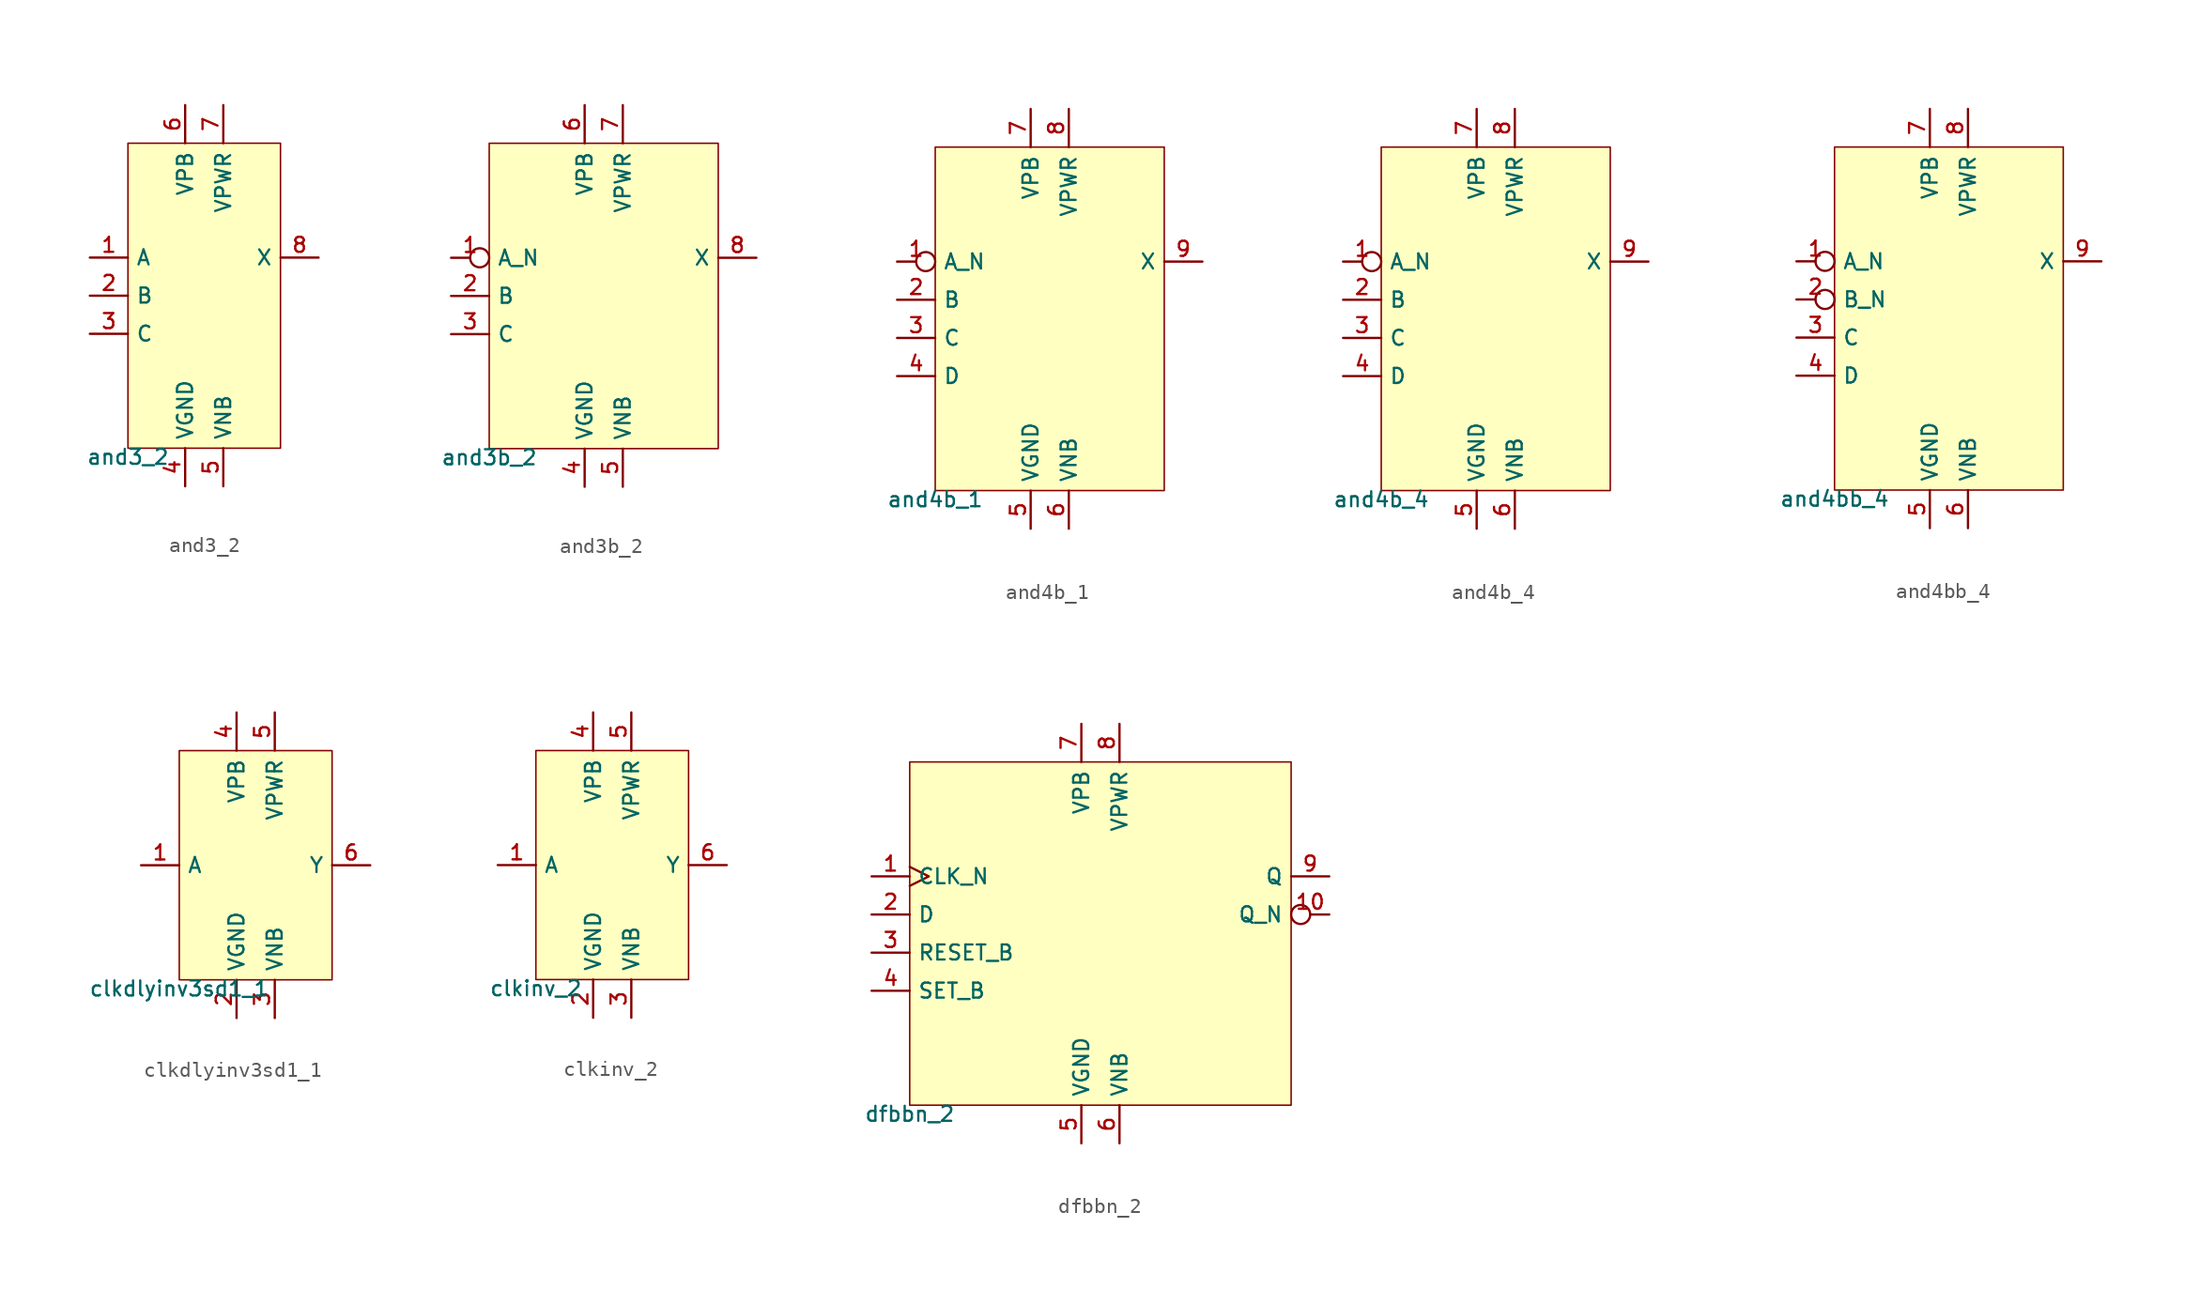
<source format=kicad_sym>
(kicad_symbol_lib
  (version 20211014)
  (generator pdk2kicad)
  (symbol "and3_2"
    (property "Reference" "X"
      (at 0 0 0)
      (effects (font (size 1 1)) hide))
    (property "Value" "and3_2"
      (at -5.08 -10.16 0)
      (effects (font (size 1 1)) (justify top)))
    (rectangle
      (start -5.08 -10.16)
      (end 5.08 10.16)
      (stroke (width 0.1) (type solid) (color 0 0 0 0))
      (fill (type background)))
    (pin input line
      (at -7.62 2.54 0)
      (length 2.54)
      (name "A" (effects (font (size 1 1)) hide))
      (number "1" (effects (font (size 1 1)) hide)))
    (pin input line
      (at -7.62 0.0 0)
      (length 2.54)
      (name "B" (effects (font (size 1 1)) hide))
      (number "2" (effects (font (size 1 1)) hide)))
    (pin input line
      (at -7.62 -2.54 0)
      (length 2.54)
      (name "C" (effects (font (size 1 1)) hide))
      (number "3" (effects (font (size 1 1)) hide)))
    (pin power_in line
      (at -1.27 -12.7 90)
      (length 2.54)
      (name "VGND" (effects (font (size 1 1)) hide))
      (number "4" (effects (font (size 1 1)) hide)))
    (pin power_in line
      (at 1.27 -12.7 90)
      (length 2.54)
      (name "VNB" (effects (font (size 1 1)) hide))
      (number "5" (effects (font (size 1 1)) hide)))
    (pin power_in line
      (at -1.27 12.7 270)
      (length 2.54)
      (name "VPB" (effects (font (size 1 1)) hide))
      (number "6" (effects (font (size 1 1)) hide)))
    (pin power_in line
      (at 1.27 12.7 270)
      (length 2.54)
      (name "VPWR" (effects (font (size 1 1)) hide))
      (number "7" (effects (font (size 1 1)) hide)))
    (pin output line
      (at 7.62 2.54 180)
      (length 2.54)
      (name "X" (effects (font (size 1 1)) hide))
      (number "8" (effects (font (size 1 1)) hide))))
  (symbol "and3b_2"
    (property "Reference" "X"
      (at 0 0 0)
      (effects (font (size 1 1)) hide))
    (property "Value" "and3b_2"
      (at -7.62 -10.16 0)
      (effects (font (size 1 1)) (justify top)))
    (rectangle
      (start -7.62 -10.16)
      (end 7.62 10.16)
      (stroke (width 0.1) (type solid) (color 0 0 0 0))
      (fill (type background)))
    (pin input inverted
      (at -10.16 2.54 0)
      (length 2.54)
      (name "A_N" (effects (font (size 1 1)) hide))
      (number "1" (effects (font (size 1 1)) hide)))
    (pin input line
      (at -10.16 0.0 0)
      (length 2.54)
      (name "B" (effects (font (size 1 1)) hide))
      (number "2" (effects (font (size 1 1)) hide)))
    (pin input line
      (at -10.16 -2.54 0)
      (length 2.54)
      (name "C" (effects (font (size 1 1)) hide))
      (number "3" (effects (font (size 1 1)) hide)))
    (pin power_in line
      (at -1.27 -12.7 90)
      (length 2.54)
      (name "VGND" (effects (font (size 1 1)) hide))
      (number "4" (effects (font (size 1 1)) hide)))
    (pin power_in line
      (at 1.27 -12.7 90)
      (length 2.54)
      (name "VNB" (effects (font (size 1 1)) hide))
      (number "5" (effects (font (size 1 1)) hide)))
    (pin power_in line
      (at -1.27 12.7 270)
      (length 2.54)
      (name "VPB" (effects (font (size 1 1)) hide))
      (number "6" (effects (font (size 1 1)) hide)))
    (pin power_in line
      (at 1.27 12.7 270)
      (length 2.54)
      (name "VPWR" (effects (font (size 1 1)) hide))
      (number "7" (effects (font (size 1 1)) hide)))
    (pin output line
      (at 10.16 2.54 180)
      (length 2.54)
      (name "X" (effects (font (size 1 1)) hide))
      (number "8" (effects (font (size 1 1)) hide))))
  (symbol "and4b_1"
    (property "Reference" "X"
      (at 0 0 0)
      (effects (font (size 1 1)) hide))
    (property "Value" "and4b_1"
      (at -7.62 -11.43 0)
      (effects (font (size 1 1)) (justify top)))
    (rectangle
      (start -7.62 -11.43)
      (end 7.62 11.43)
      (stroke (width 0.1) (type solid) (color 0 0 0 0))
      (fill (type background)))
    (pin input inverted
      (at -10.16 3.81 0)
      (length 2.54)
      (name "A_N" (effects (font (size 1 1)) hide))
      (number "1" (effects (font (size 1 1)) hide)))
    (pin input line
      (at -10.16 1.27 0)
      (length 2.54)
      (name "B" (effects (font (size 1 1)) hide))
      (number "2" (effects (font (size 1 1)) hide)))
    (pin input line
      (at -10.16 -1.27 0)
      (length 2.54)
      (name "C" (effects (font (size 1 1)) hide))
      (number "3" (effects (font (size 1 1)) hide)))
    (pin input line
      (at -10.16 -3.81 0)
      (length 2.54)
      (name "D" (effects (font (size 1 1)) hide))
      (number "4" (effects (font (size 1 1)) hide)))
    (pin power_in line
      (at -1.27 -13.97 90)
      (length 2.54)
      (name "VGND" (effects (font (size 1 1)) hide))
      (number "5" (effects (font (size 1 1)) hide)))
    (pin power_in line
      (at 1.27 -13.97 90)
      (length 2.54)
      (name "VNB" (effects (font (size 1 1)) hide))
      (number "6" (effects (font (size 1 1)) hide)))
    (pin power_in line
      (at -1.27 13.97 270)
      (length 2.54)
      (name "VPB" (effects (font (size 1 1)) hide))
      (number "7" (effects (font (size 1 1)) hide)))
    (pin power_in line
      (at 1.27 13.97 270)
      (length 2.54)
      (name "VPWR" (effects (font (size 1 1)) hide))
      (number "8" (effects (font (size 1 1)) hide)))
    (pin output line
      (at 10.16 3.81 180)
      (length 2.54)
      (name "X" (effects (font (size 1 1)) hide))
      (number "9" (effects (font (size 1 1)) hide))))
  (symbol "and4b_4"
    (property "Reference" "X"
      (at 0 0 0)
      (effects (font (size 1 1)) hide))
    (property "Value" "and4b_4"
      (at -7.62 -11.43 0)
      (effects (font (size 1 1)) (justify top)))
    (rectangle
      (start -7.62 -11.43)
      (end 7.62 11.43)
      (stroke (width 0.1) (type solid) (color 0 0 0 0))
      (fill (type background)))
    (pin input inverted
      (at -10.16 3.81 0)
      (length 2.54)
      (name "A_N" (effects (font (size 1 1)) hide))
      (number "1" (effects (font (size 1 1)) hide)))
    (pin input line
      (at -10.16 1.27 0)
      (length 2.54)
      (name "B" (effects (font (size 1 1)) hide))
      (number "2" (effects (font (size 1 1)) hide)))
    (pin input line
      (at -10.16 -1.27 0)
      (length 2.54)
      (name "C" (effects (font (size 1 1)) hide))
      (number "3" (effects (font (size 1 1)) hide)))
    (pin input line
      (at -10.16 -3.81 0)
      (length 2.54)
      (name "D" (effects (font (size 1 1)) hide))
      (number "4" (effects (font (size 1 1)) hide)))
    (pin power_in line
      (at -1.27 -13.97 90)
      (length 2.54)
      (name "VGND" (effects (font (size 1 1)) hide))
      (number "5" (effects (font (size 1 1)) hide)))
    (pin power_in line
      (at 1.27 -13.97 90)
      (length 2.54)
      (name "VNB" (effects (font (size 1 1)) hide))
      (number "6" (effects (font (size 1 1)) hide)))
    (pin power_in line
      (at -1.27 13.97 270)
      (length 2.54)
      (name "VPB" (effects (font (size 1 1)) hide))
      (number "7" (effects (font (size 1 1)) hide)))
    (pin power_in line
      (at 1.27 13.97 270)
      (length 2.54)
      (name "VPWR" (effects (font (size 1 1)) hide))
      (number "8" (effects (font (size 1 1)) hide)))
    (pin output line
      (at 10.16 3.81 180)
      (length 2.54)
      (name "X" (effects (font (size 1 1)) hide))
      (number "9" (effects (font (size 1 1)) hide))))
  (symbol "and4bb_4"
    (property "Reference" "X"
      (at 0 0 0)
      (effects (font (size 1 1)) hide))
    (property "Value" "and4bb_4"
      (at -7.62 -11.43 0)
      (effects (font (size 1 1)) (justify top)))
    (rectangle
      (start -7.62 -11.43)
      (end 7.62 11.43)
      (stroke (width 0.1) (type solid) (color 0 0 0 0))
      (fill (type background)))
    (pin input inverted
      (at -10.16 3.81 0)
      (length 2.54)
      (name "A_N" (effects (font (size 1 1)) hide))
      (number "1" (effects (font (size 1 1)) hide)))
    (pin input inverted
      (at -10.16 1.27 0)
      (length 2.54)
      (name "B_N" (effects (font (size 1 1)) hide))
      (number "2" (effects (font (size 1 1)) hide)))
    (pin input line
      (at -10.16 -1.27 0)
      (length 2.54)
      (name "C" (effects (font (size 1 1)) hide))
      (number "3" (effects (font (size 1 1)) hide)))
    (pin input line
      (at -10.16 -3.81 0)
      (length 2.54)
      (name "D" (effects (font (size 1 1)) hide))
      (number "4" (effects (font (size 1 1)) hide)))
    (pin power_in line
      (at -1.27 -13.97 90)
      (length 2.54)
      (name "VGND" (effects (font (size 1 1)) hide))
      (number "5" (effects (font (size 1 1)) hide)))
    (pin power_in line
      (at 1.27 -13.97 90)
      (length 2.54)
      (name "VNB" (effects (font (size 1 1)) hide))
      (number "6" (effects (font (size 1 1)) hide)))
    (pin power_in line
      (at -1.27 13.97 270)
      (length 2.54)
      (name "VPB" (effects (font (size 1 1)) hide))
      (number "7" (effects (font (size 1 1)) hide)))
    (pin power_in line
      (at 1.27 13.97 270)
      (length 2.54)
      (name "VPWR" (effects (font (size 1 1)) hide))
      (number "8" (effects (font (size 1 1)) hide)))
    (pin output line
      (at 10.16 3.81 180)
      (length 2.54)
      (name "X" (effects (font (size 1 1)) hide))
      (number "9" (effects (font (size 1 1)) hide))))
  (symbol "clkdlyinv3sd1_1"
    (property "Reference" "X"
      (at 0 0 0)
      (effects (font (size 1 1)) hide))
    (property "Value" "clkdlyinv3sd1_1"
      (at -5.08 -7.62 0)
      (effects (font (size 1 1)) (justify top)))
    (rectangle
      (start -5.08 -7.62)
      (end 5.08 7.62)
      (stroke (width 0.1) (type solid) (color 0 0 0 0))
      (fill (type background)))
    (pin input line
      (at -7.62 0.0 0)
      (length 2.54)
      (name "A" (effects (font (size 1 1)) hide))
      (number "1" (effects (font (size 1 1)) hide)))
    (pin power_in line
      (at -1.27 -10.16 90)
      (length 2.54)
      (name "VGND" (effects (font (size 1 1)) hide))
      (number "2" (effects (font (size 1 1)) hide)))
    (pin power_in line
      (at 1.27 -10.16 90)
      (length 2.54)
      (name "VNB" (effects (font (size 1 1)) hide))
      (number "3" (effects (font (size 1 1)) hide)))
    (pin power_in line
      (at -1.27 10.16 270)
      (length 2.54)
      (name "VPB" (effects (font (size 1 1)) hide))
      (number "4" (effects (font (size 1 1)) hide)))
    (pin power_in line
      (at 1.27 10.16 270)
      (length 2.54)
      (name "VPWR" (effects (font (size 1 1)) hide))
      (number "5" (effects (font (size 1 1)) hide)))
    (pin output line
      (at 7.62 0.0 180)
      (length 2.54)
      (name "Y" (effects (font (size 1 1)) hide))
      (number "6" (effects (font (size 1 1)) hide))))
  (symbol "clkinv_2"
    (property "Reference" "X"
      (at 0 0 0)
      (effects (font (size 1 1)) hide))
    (property "Value" "clkinv_2"
      (at -5.08 -7.62 0)
      (effects (font (size 1 1)) (justify top)))
    (rectangle
      (start -5.08 -7.62)
      (end 5.08 7.62)
      (stroke (width 0.1) (type solid) (color 0 0 0 0))
      (fill (type background)))
    (pin input line
      (at -7.62 0.0 0)
      (length 2.54)
      (name "A" (effects (font (size 1 1)) hide))
      (number "1" (effects (font (size 1 1)) hide)))
    (pin power_in line
      (at -1.27 -10.16 90)
      (length 2.54)
      (name "VGND" (effects (font (size 1 1)) hide))
      (number "2" (effects (font (size 1 1)) hide)))
    (pin power_in line
      (at 1.27 -10.16 90)
      (length 2.54)
      (name "VNB" (effects (font (size 1 1)) hide))
      (number "3" (effects (font (size 1 1)) hide)))
    (pin power_in line
      (at -1.27 10.16 270)
      (length 2.54)
      (name "VPB" (effects (font (size 1 1)) hide))
      (number "4" (effects (font (size 1 1)) hide)))
    (pin power_in line
      (at 1.27 10.16 270)
      (length 2.54)
      (name "VPWR" (effects (font (size 1 1)) hide))
      (number "5" (effects (font (size 1 1)) hide)))
    (pin output line
      (at 7.62 0.0 180)
      (length 2.54)
      (name "Y" (effects (font (size 1 1)) hide))
      (number "6" (effects (font (size 1 1)) hide))))
  (symbol "dfbbn_2"
    (property "Reference" "X"
      (at 0 0 0)
      (effects (font (size 1 1)) hide))
    (property "Value" "dfbbn_2"
      (at -12.7 -11.43 0)
      (effects (font (size 1 1)) (justify top)))
    (rectangle
      (start -12.7 -11.43)
      (end 12.7 11.43)
      (stroke (width 0.1) (type solid) (color 0 0 0 0))
      (fill (type background)))
    (pin input clock
      (at -15.24 3.81 0)
      (length 2.54)
      (name "CLK_N" (effects (font (size 1 1)) hide))
      (number "1" (effects (font (size 1 1)) hide)))
    (pin input line
      (at -15.24 1.27 0)
      (length 2.54)
      (name "D" (effects (font (size 1 1)) hide))
      (number "2" (effects (font (size 1 1)) hide)))
    (pin input line
      (at -15.24 -1.27 0)
      (length 2.54)
      (name "RESET_B" (effects (font (size 1 1)) hide))
      (number "3" (effects (font (size 1 1)) hide)))
    (pin input line
      (at -15.24 -3.81 0)
      (length 2.54)
      (name "SET_B" (effects (font (size 1 1)) hide))
      (number "4" (effects (font (size 1 1)) hide)))
    (pin power_in line
      (at -1.27 -13.97 90)
      (length 2.54)
      (name "VGND" (effects (font (size 1 1)) hide))
      (number "5" (effects (font (size 1 1)) hide)))
    (pin power_in line
      (at 1.27 -13.97 90)
      (length 2.54)
      (name "VNB" (effects (font (size 1 1)) hide))
      (number "6" (effects (font (size 1 1)) hide)))
    (pin power_in line
      (at -1.27 13.97 270)
      (length 2.54)
      (name "VPB" (effects (font (size 1 1)) hide))
      (number "7" (effects (font (size 1 1)) hide)))
    (pin power_in line
      (at 1.27 13.97 270)
      (length 2.54)
      (name "VPWR" (effects (font (size 1 1)) hide))
      (number "8" (effects (font (size 1 1)) hide)))
    (pin output line
      (at 15.24 3.81 180)
      (length 2.54)
      (name "Q" (effects (font (size 1 1)) hide))
      (number "9" (effects (font (size 1 1)) hide)))
    (pin output inverted
      (at 15.24 1.27 180)
      (length 2.54)
      (name "Q_N" (effects (font (size 1 1)) hide))
      (number "10" (effects (font (size 1 1)) hide)))))
</source>
